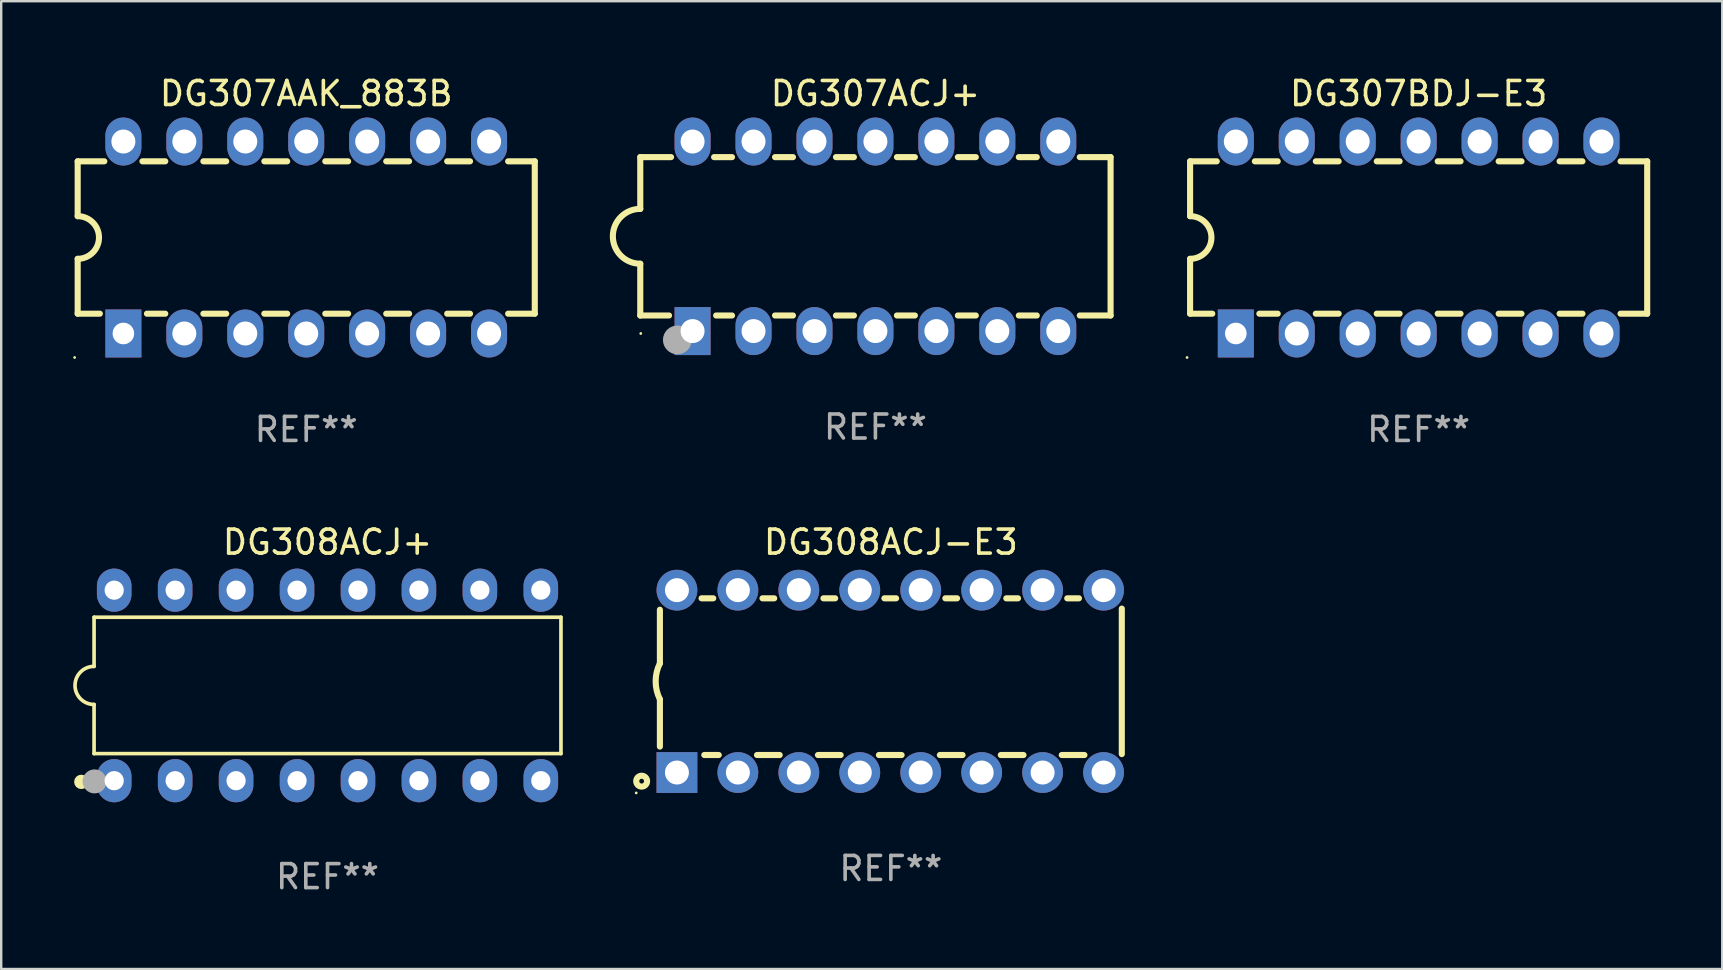
<source format=kicad_pcb>
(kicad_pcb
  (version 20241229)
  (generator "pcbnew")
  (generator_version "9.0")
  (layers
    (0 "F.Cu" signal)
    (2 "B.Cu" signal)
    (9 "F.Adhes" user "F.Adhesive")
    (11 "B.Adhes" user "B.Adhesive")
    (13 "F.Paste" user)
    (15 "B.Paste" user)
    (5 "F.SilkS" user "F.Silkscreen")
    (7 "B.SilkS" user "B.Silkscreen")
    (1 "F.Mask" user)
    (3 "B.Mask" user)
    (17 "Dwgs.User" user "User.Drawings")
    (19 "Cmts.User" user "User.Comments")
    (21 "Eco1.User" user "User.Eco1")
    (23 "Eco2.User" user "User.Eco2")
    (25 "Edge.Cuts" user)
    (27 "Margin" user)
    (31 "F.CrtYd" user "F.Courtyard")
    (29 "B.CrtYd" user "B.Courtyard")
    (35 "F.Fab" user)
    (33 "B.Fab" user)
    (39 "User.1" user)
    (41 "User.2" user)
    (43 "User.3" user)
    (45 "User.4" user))
  (footprint "DG307ACJ+"
    (layer "F.Cu")
    (at 33.433 6.798)
    (property "Reference" "DG307ACJ+" (at 0 -5.95 0) (layer "F.SilkS") (effects (font (size 1 1) (thickness 0.15))))
    (attr through_hole)
    (fp_line (start -9.8 -3.3) (end -9.8 -1.143) (stroke (width 0.254) (type solid)) (layer "F.SilkS"))
    (fp_line (start -9.8 -3.3) (end -8.516 -3.3) (stroke (width 0.254) (type solid)) (layer "F.SilkS"))
    (fp_line (start -9.8 3.3) (end -9.8 1.143) (stroke (width 0.254) (type solid)) (layer "F.SilkS"))
    (fp_line (start -8.601 3.3) (end -9.8 3.3) (stroke (width 0.254) (type solid)) (layer "F.SilkS"))
    (fp_line (start -6.724 -3.3) (end -5.976 -3.3) (stroke (width 0.254) (type solid)) (layer "F.SilkS"))
    (fp_line (start -5.976 3.3) (end -6.639 3.3) (stroke (width 0.254) (type solid)) (layer "F.SilkS"))
    (fp_line (start -4.184 -3.3) (end -3.436 -3.3) (stroke (width 0.254) (type solid)) (layer "F.SilkS"))
    (fp_line (start -3.436 3.3) (end -4.184 3.3) (stroke (width 0.254) (type solid)) (layer "F.SilkS"))
    (fp_line (start -1.644 -3.3) (end -0.896 -3.3) (stroke (width 0.254) (type solid)) (layer "F.SilkS"))
    (fp_line (start -0.896 3.3) (end -1.644 3.3) (stroke (width 0.254) (type solid)) (layer "F.SilkS"))
    (fp_line (start 0.896 -3.3) (end 1.644 -3.3) (stroke (width 0.254) (type solid)) (layer "F.SilkS"))
    (fp_line (start 1.644 3.3) (end 0.896 3.3) (stroke (width 0.254) (type solid)) (layer "F.SilkS"))
    (fp_line (start 3.436 -3.3) (end 4.184 -3.3) (stroke (width 0.254) (type solid)) (layer "F.SilkS"))
    (fp_line (start 4.184 3.3) (end 3.436 3.3) (stroke (width 0.254) (type solid)) (layer "F.SilkS"))
    (fp_line (start 5.976 -3.3) (end 6.724 -3.3) (stroke (width 0.254) (type solid)) (layer "F.SilkS"))
    (fp_line (start 6.724 3.3) (end 5.976 3.3) (stroke (width 0.254) (type solid)) (layer "F.SilkS"))
    (fp_line (start 8.516 -3.3) (end 9.8 -3.3) (stroke (width 0.254) (type solid)) (layer "F.SilkS"))
    (fp_line (start 9.8 -3.3) (end 9.8 3.3) (stroke (width 0.254) (type solid)) (layer "F.SilkS"))
    (fp_line (start 9.8 3.3) (end 8.516 3.3) (stroke (width 0.254) (type solid)) (layer "F.SilkS"))
    (fp_arc (start -9.800038 1.143002) (mid -10.942354 -0.000343) (end -9.799352 -1.143002) (stroke (width 0.254001) (type solid)) (layer "F.SilkS"))
    (fp_circle (center -9.779 4.051) (end -9.749 4.051) (stroke (width 0.06) (type solid)) (fill no) (layer "F.SilkS"))
    (fp_circle (center -8.255 4.318) (end -7.955 4.318) (stroke (width 0.6) (type solid)) (fill no) (layer "F.Fab"))
    (fp_text user "REF**" (at 0 7.95 0) (layer "F.Fab") (effects (font (size 1 1) (thickness 0.15))))
    (pad "1" thru_hole rect (at -7.62 3.95 90) (size 2 1.5) (drill 1) (layers "*.Cu" "*.Mask"))
    (pad "2" thru_hole oval (at -5.08 3.95 90) (size 2 1.5) (drill 1) (layers "*.Cu" "*.Mask"))
    (pad "3" thru_hole oval (at -2.54 3.95 90) (size 2 1.5) (drill 1) (layers "*.Cu" "*.Mask"))
    (pad "4" thru_hole oval (at -0.000013 3.95 90) (size 2 1.5) (drill 1) (layers "*.Cu" "*.Mask"))
    (pad "5" thru_hole oval (at 2.54 3.95 90) (size 2 1.5) (drill 1) (layers "*.Cu" "*.Mask"))
    (pad "6" thru_hole oval (at 5.08 3.95 90) (size 2 1.5) (drill 1) (layers "*.Cu" "*.Mask"))
    (pad "7" thru_hole oval (at 7.62 3.95 90) (size 2 1.5) (drill 1) (layers "*.Cu" "*.Mask"))
    (pad "8" thru_hole oval (at 7.62 -3.95 90) (size 2 1.5) (drill 1) (layers "*.Cu" "*.Mask"))
    (pad "9" thru_hole oval (at 5.08 -3.95 90) (size 2 1.5) (drill 1) (layers "*.Cu" "*.Mask"))
    (pad "10" thru_hole oval (at 2.54 -3.95 90) (size 2 1.5) (drill 1) (layers "*.Cu" "*.Mask"))
    (pad "11" thru_hole oval (at -0.000013 -3.95 90) (size 2 1.5) (drill 1) (layers "*.Cu" "*.Mask"))
    (pad "12" thru_hole oval (at -2.54 -3.95 90) (size 2 1.5) (drill 1) (layers "*.Cu" "*.Mask"))
    (pad "13" thru_hole oval (at -5.08 -3.95 90) (size 2 1.5) (drill 1) (layers "*.Cu" "*.Mask"))
    (pad "14" thru_hole oval (at -7.62 -3.95 90) (size 2 1.5) (drill 1) (layers "*.Cu" "*.Mask")))
  (footprint "DG308ACJ+"
    (layer "F.Cu")
    (at 10.599 25.515)
    (property "Reference" "DG308ACJ+" (at 0 -5.97 0) (layer "F.SilkS") (effects (font (size 1 1) (thickness 0.15))))
    (attr through_hole)
    (fp_line (start -9.729 -2.841) (end -9.729 -0.794) (stroke (width 0.152) (type solid)) (layer "F.SilkS"))
    (fp_line (start -9.729 0.794) (end -9.729 2.841) (stroke (width 0.152) (type solid)) (layer "F.SilkS"))
    (fp_line (start -9.729 2.841) (end 9.729 2.841) (stroke (width 0.152) (type solid)) (layer "F.SilkS"))
    (fp_line (start 9.729 -2.841) (end -9.729 -2.841) (stroke (width 0.152) (type solid)) (layer "F.SilkS"))
    (fp_line (start 9.729 2.841) (end 9.729 -2.841) (stroke (width 0.152) (type solid)) (layer "F.SilkS"))
    (fp_arc (start -9.7287 0.793749) (mid -10.522449 0) (end -9.7287 -0.793749) (stroke (width 0.1524) (type solid)) (layer "F.SilkS"))
    (fp_circle (center -10.26 4.02) (end -10.11 4.02) (stroke (width 0.3) (type solid)) (fill no) (layer "F.SilkS"))
    (fp_circle (center -9.653 4.23) (end -9.623 4.23) (stroke (width 0.06) (type solid)) (fill no) (layer "F.SilkS"))
    (fp_circle (center -9.71 4) (end -9.46 4) (stroke (width 0.5) (type solid)) (fill no) (layer "F.Fab"))
    (fp_text user "REF**" (at 0 7.97 0) (layer "F.Fab") (effects (font (size 1 1) (thickness 0.15))))
    (pad "1" thru_hole oval (at -8.89 3.97) (size 1.44 1.8) (drill 0.8) (layers "*.Cu" "*.Mask"))
    (pad "2" thru_hole oval (at -6.35 3.97) (size 1.44 1.8) (drill 0.8) (layers "*.Cu" "*.Mask"))
    (pad "3" thru_hole oval (at -3.81 3.97) (size 1.44 1.8) (drill 0.8) (layers "*.Cu" "*.Mask"))
    (pad "4" thru_hole oval (at -1.27 3.97) (size 1.44 1.8) (drill 0.8) (layers "*.Cu" "*.Mask"))
    (pad "5" thru_hole oval (at 1.27 3.97) (size 1.44 1.8) (drill 0.8) (layers "*.Cu" "*.Mask"))
    (pad "6" thru_hole oval (at 3.81 3.97) (size 1.44 1.8) (drill 0.8) (layers "*.Cu" "*.Mask"))
    (pad "7" thru_hole oval (at 6.35 3.97) (size 1.44 1.8) (drill 0.8) (layers "*.Cu" "*.Mask"))
    (pad "8" thru_hole oval (at 8.89 3.97) (size 1.44 1.8) (drill 0.8) (layers "*.Cu" "*.Mask"))
    (pad "9" thru_hole oval (at 8.89 -3.97) (size 1.44 1.8) (drill 0.8) (layers "*.Cu" "*.Mask"))
    (pad "10" thru_hole oval (at 6.35 -3.97) (size 1.44 1.8) (drill 0.8) (layers "*.Cu" "*.Mask"))
    (pad "11" thru_hole oval (at 3.81 -3.97) (size 1.44 1.8) (drill 0.8) (layers "*.Cu" "*.Mask"))
    (pad "12" thru_hole oval (at 1.27 -3.97) (size 1.44 1.8) (drill 0.8) (layers "*.Cu" "*.Mask"))
    (pad "13" thru_hole oval (at -1.27 -3.97) (size 1.44 1.8) (drill 0.8) (layers "*.Cu" "*.Mask"))
    (pad "14" thru_hole oval (at -3.81 -3.97) (size 1.44 1.8) (drill 0.8) (layers "*.Cu" "*.Mask"))
    (pad "15" thru_hole oval (at -6.35 -3.97) (size 1.44 1.8) (drill 0.8) (layers "*.Cu" "*.Mask"))
    (pad "16" thru_hole oval (at -8.89 -3.97) (size 1.44 1.8) (drill 0.8) (layers "*.Cu" "*.Mask")))
  (footprint "DG307AAK_883B"
    (layer "F.Cu")
    (at 9.712 6.848)
    (property "Reference" "DG307AAK_883B" (at 0 -6 0) (layer "F.SilkS") (effects (font (size 1 1) (thickness 0.15))))
    (attr through_hole)
    (fp_line (start -9.525 -3.175) (end -9.525 -0.889) (stroke (width 0.254) (type solid)) (layer "F.SilkS"))
    (fp_line (start -9.525 -3.175) (end -8.414 -3.175) (stroke (width 0.254) (type solid)) (layer "F.SilkS"))
    (fp_line (start -9.525 3.175) (end -9.525 0.889) (stroke (width 0.254) (type solid)) (layer "F.SilkS"))
    (fp_line (start -8.601 3.175) (end -9.525 3.175) (stroke (width 0.254) (type solid)) (layer "F.SilkS"))
    (fp_line (start -6.826 -3.175) (end -5.874 -3.175) (stroke (width 0.254) (type solid)) (layer "F.SilkS"))
    (fp_line (start -5.874 3.175) (end -6.639 3.175) (stroke (width 0.254) (type solid)) (layer "F.SilkS"))
    (fp_line (start -4.286 -3.175) (end -3.334 -3.175) (stroke (width 0.254) (type solid)) (layer "F.SilkS"))
    (fp_line (start -3.334 3.175) (end -4.286 3.175) (stroke (width 0.254) (type solid)) (layer "F.SilkS"))
    (fp_line (start -1.746 -3.175) (end -0.794 -3.175) (stroke (width 0.254) (type solid)) (layer "F.SilkS"))
    (fp_line (start -0.794 3.175) (end -1.746 3.175) (stroke (width 0.254) (type solid)) (layer "F.SilkS"))
    (fp_line (start 0.794 -3.175) (end 1.746 -3.175) (stroke (width 0.254) (type solid)) (layer "F.SilkS"))
    (fp_line (start 1.746 3.175) (end 0.794 3.175) (stroke (width 0.254) (type solid)) (layer "F.SilkS"))
    (fp_line (start 3.334 -3.175) (end 4.286 -3.175) (stroke (width 0.254) (type solid)) (layer "F.SilkS"))
    (fp_line (start 4.286 3.175) (end 3.334 3.175) (stroke (width 0.254) (type solid)) (layer "F.SilkS"))
    (fp_line (start 5.874 -3.175) (end 6.826 -3.175) (stroke (width 0.254) (type solid)) (layer "F.SilkS"))
    (fp_line (start 6.826 3.175) (end 5.874 3.175) (stroke (width 0.254) (type solid)) (layer "F.SilkS"))
    (fp_line (start 8.414 -3.175) (end 9.525 -3.175) (stroke (width 0.254) (type solid)) (layer "F.SilkS"))
    (fp_line (start 9.525 -3.175) (end 9.525 3.175) (stroke (width 0.254) (type solid)) (layer "F.SilkS"))
    (fp_line (start 9.525 3.175) (end 8.414 3.175) (stroke (width 0.254) (type solid)) (layer "F.SilkS"))
    (fp_arc (start -9.525019 -0.889002) (mid -8.636017 0) (end -9.525019 0.889002) (stroke (width 0.254001) (type solid)) (layer "F.SilkS"))
    (fp_circle (center -9.652 5) (end -9.622 5) (stroke (width 0.06) (type solid)) (fill no) (layer "F.SilkS"))
    (fp_text user "REF**" (at 0 8 0) (layer "F.Fab") (effects (font (size 1 1) (thickness 0.15))))
    (pad "1" thru_hole rect (at -7.62 4 90) (size 2 1.5) (drill 0.9) (layers "*.Cu" "*.Mask"))
    (pad "2" thru_hole oval (at -5.08 4 90) (size 2 1.5) (drill 1) (layers "*.Cu" "*.Mask"))
    (pad "3" thru_hole oval (at -2.54 4 90) (size 2 1.5) (drill 1) (layers "*.Cu" "*.Mask"))
    (pad "4" thru_hole oval (at 0 4 90) (size 2 1.5) (drill 1) (layers "*.Cu" "*.Mask"))
    (pad "5" thru_hole oval (at 2.54 4 90) (size 2 1.5) (drill 1) (layers "*.Cu" "*.Mask"))
    (pad "6" thru_hole oval (at 5.08 4 90) (size 2 1.5) (drill 1) (layers "*.Cu" "*.Mask"))
    (pad "7" thru_hole oval (at 7.62 4 90) (size 2 1.5) (drill 1) (layers "*.Cu" "*.Mask"))
    (pad "8" thru_hole oval (at 7.62 -4 90) (size 2 1.5) (drill 1) (layers "*.Cu" "*.Mask"))
    (pad "9" thru_hole oval (at 5.08 -4 90) (size 2 1.5) (drill 1) (layers "*.Cu" "*.Mask"))
    (pad "10" thru_hole oval (at 2.54 -4 90) (size 2 1.5) (drill 1) (layers "*.Cu" "*.Mask"))
    (pad "11" thru_hole oval (at 0 -4 90) (size 2 1.5) (drill 1) (layers "*.Cu" "*.Mask"))
    (pad "12" thru_hole oval (at -2.54 -4 90) (size 2 1.5) (drill 1) (layers "*.Cu" "*.Mask"))
    (pad "13" thru_hole oval (at -5.08 -4 90) (size 2 1.5) (drill 1) (layers "*.Cu" "*.Mask"))
    (pad "14" thru_hole oval (at -7.62 -4 90) (size 2 1.5) (drill 1) (layers "*.Cu" "*.Mask")))
  (footprint "DG307BDJ-E3"
    (layer "F.Cu")
    (at 56.072 6.848)
    (property "Reference" "DG307BDJ-E3" (at 0 -6 0) (layer "F.SilkS") (effects (font (size 1 1) (thickness 0.15))))
    (attr through_hole)
    (fp_line (start -9.525 -3.175) (end -9.525 -0.889) (stroke (width 0.254) (type solid)) (layer "F.SilkS"))
    (fp_line (start -9.525 -3.175) (end -8.414 -3.175) (stroke (width 0.254) (type solid)) (layer "F.SilkS"))
    (fp_line (start -9.525 3.175) (end -9.525 0.889) (stroke (width 0.254) (type solid)) (layer "F.SilkS"))
    (fp_line (start -8.601 3.175) (end -9.525 3.175) (stroke (width 0.254) (type solid)) (layer "F.SilkS"))
    (fp_line (start -6.826 -3.175) (end -5.874 -3.175) (stroke (width 0.254) (type solid)) (layer "F.SilkS"))
    (fp_line (start -5.874 3.175) (end -6.639 3.175) (stroke (width 0.254) (type solid)) (layer "F.SilkS"))
    (fp_line (start -4.286 -3.175) (end -3.334 -3.175) (stroke (width 0.254) (type solid)) (layer "F.SilkS"))
    (fp_line (start -3.334 3.175) (end -4.286 3.175) (stroke (width 0.254) (type solid)) (layer "F.SilkS"))
    (fp_line (start -1.746 -3.175) (end -0.794 -3.175) (stroke (width 0.254) (type solid)) (layer "F.SilkS"))
    (fp_line (start -0.794 3.175) (end -1.746 3.175) (stroke (width 0.254) (type solid)) (layer "F.SilkS"))
    (fp_line (start 0.794 -3.175) (end 1.746 -3.175) (stroke (width 0.254) (type solid)) (layer "F.SilkS"))
    (fp_line (start 1.746 3.175) (end 0.794 3.175) (stroke (width 0.254) (type solid)) (layer "F.SilkS"))
    (fp_line (start 3.334 -3.175) (end 4.286 -3.175) (stroke (width 0.254) (type solid)) (layer "F.SilkS"))
    (fp_line (start 4.286 3.175) (end 3.334 3.175) (stroke (width 0.254) (type solid)) (layer "F.SilkS"))
    (fp_line (start 5.874 -3.175) (end 6.826 -3.175) (stroke (width 0.254) (type solid)) (layer "F.SilkS"))
    (fp_line (start 6.826 3.175) (end 5.874 3.175) (stroke (width 0.254) (type solid)) (layer "F.SilkS"))
    (fp_line (start 8.414 -3.175) (end 9.525 -3.175) (stroke (width 0.254) (type solid)) (layer "F.SilkS"))
    (fp_line (start 9.525 -3.175) (end 9.525 3.175) (stroke (width 0.254) (type solid)) (layer "F.SilkS"))
    (fp_line (start 9.525 3.175) (end 8.414 3.175) (stroke (width 0.254) (type solid)) (layer "F.SilkS"))
    (fp_arc (start -9.525019 -0.889002) (mid -8.636017 0) (end -9.525019 0.889002) (stroke (width 0.254001) (type solid)) (layer "F.SilkS"))
    (fp_circle (center -9.652 5) (end -9.622 5) (stroke (width 0.06) (type solid)) (fill no) (layer "F.SilkS"))
    (fp_text user "REF**" (at 0 8 0) (layer "F.Fab") (effects (font (size 1 1) (thickness 0.15))))
    (pad "1" thru_hole rect (at -7.62 4 90) (size 2 1.5) (drill 0.9) (layers "*.Cu" "*.Mask"))
    (pad "2" thru_hole oval (at -5.08 4 90) (size 2 1.5) (drill 1) (layers "*.Cu" "*.Mask"))
    (pad "3" thru_hole oval (at -2.54 4 90) (size 2 1.5) (drill 1) (layers "*.Cu" "*.Mask"))
    (pad "4" thru_hole oval (at 0 4 90) (size 2 1.5) (drill 1) (layers "*.Cu" "*.Mask"))
    (pad "5" thru_hole oval (at 2.54 4 90) (size 2 1.5) (drill 1) (layers "*.Cu" "*.Mask"))
    (pad "6" thru_hole oval (at 5.08 4 90) (size 2 1.5) (drill 1) (layers "*.Cu" "*.Mask"))
    (pad "7" thru_hole oval (at 7.62 4 90) (size 2 1.5) (drill 1) (layers "*.Cu" "*.Mask"))
    (pad "8" thru_hole oval (at 7.62 -4 90) (size 2 1.5) (drill 1) (layers "*.Cu" "*.Mask"))
    (pad "9" thru_hole oval (at 5.08 -4 90) (size 2 1.5) (drill 1) (layers "*.Cu" "*.Mask"))
    (pad "10" thru_hole oval (at 2.54 -4 90) (size 2 1.5) (drill 1) (layers "*.Cu" "*.Mask"))
    (pad "11" thru_hole oval (at 0 -4 90) (size 2 1.5) (drill 1) (layers "*.Cu" "*.Mask"))
    (pad "12" thru_hole oval (at -2.54 -4 90) (size 2 1.5) (drill 1) (layers "*.Cu" "*.Mask"))
    (pad "13" thru_hole oval (at -5.08 -4 90) (size 2 1.5) (drill 1) (layers "*.Cu" "*.Mask"))
    (pad "14" thru_hole oval (at -7.62 -4 90) (size 2 1.5) (drill 1) (layers "*.Cu" "*.Mask")))
  (footprint "DG308ACJ-E3"
    (layer "F.Cu")
    (at 34.076 25.345)
    (property "Reference" "DG308ACJ-E3" (at 0 -5.8 0) (layer "F.SilkS") (effects (font (size 1 1) (thickness 0.15))))
    (attr through_hole)
    (fp_line (start -9.625 -0.75) (end -9.625 -2.985) (stroke (width 0.254) (type solid)) (layer "F.SilkS"))
    (fp_line (start -9.625 0.749) (end -9.625 2.719) (stroke (width 0.254) (type solid)) (layer "F.SilkS"))
    (fp_line (start -7.889 -3.46) (end -7.401 -3.46) (stroke (width 0.254) (type solid)) (layer "F.SilkS"))
    (fp_line (start -7.775 3.07) (end -7.172 3.07) (stroke (width 0.254) (type solid)) (layer "F.SilkS"))
    (fp_line (start -5.578 3.07) (end -4.632 3.07) (stroke (width 0.254) (type solid)) (layer "F.SilkS"))
    (fp_line (start -5.349 -3.46) (end -4.861 -3.46) (stroke (width 0.254) (type solid)) (layer "F.SilkS"))
    (fp_line (start -3.038 3.07) (end -2.092 3.07) (stroke (width 0.254) (type solid)) (layer "F.SilkS"))
    (fp_line (start -2.809 -3.46) (end -2.321 -3.46) (stroke (width 0.254) (type solid)) (layer "F.SilkS"))
    (fp_line (start -0.498 3.07) (end 0.448 3.07) (stroke (width 0.254) (type solid)) (layer "F.SilkS"))
    (fp_line (start -0.269 -3.46) (end 0.219 -3.46) (stroke (width 0.254) (type solid)) (layer "F.SilkS"))
    (fp_line (start 2.042 3.07) (end 2.988 3.07) (stroke (width 0.254) (type solid)) (layer "F.SilkS"))
    (fp_line (start 2.271 -3.46) (end 2.759 -3.46) (stroke (width 0.254) (type solid)) (layer "F.SilkS"))
    (fp_line (start 4.582 3.07) (end 5.528 3.07) (stroke (width 0.254) (type solid)) (layer "F.SilkS"))
    (fp_line (start 4.811 -3.46) (end 5.299 -3.46) (stroke (width 0.254) (type solid)) (layer "F.SilkS"))
    (fp_line (start 7.122 3.07) (end 8.068 3.07) (stroke (width 0.254) (type solid)) (layer "F.SilkS"))
    (fp_line (start 7.351 -3.46) (end 7.839 -3.46) (stroke (width 0.254) (type solid)) (layer "F.SilkS"))
    (fp_line (start 9.625 3.032) (end 9.625 -3.032) (stroke (width 0.254) (type solid)) (layer "F.SilkS"))
    (fp_arc (start -9.62498 0.748819) (mid -9.801899 -0.000581) (end -9.625006 -0.749987) (stroke (width 0.254001) (type solid)) (layer "F.SilkS"))
    (fp_circle (center -10.612 4.65) (end -10.582 4.65) (stroke (width 0.06) (type solid)) (fill no) (layer "F.SilkS"))
    (fp_circle (center -10.385 4.16) (end -10.285 4.16) (stroke (width 0.254) (type solid)) (fill no) (layer "F.SilkS"))
    (fp_text user "REF**" (at 0 7.8 0) (layer "F.Fab") (effects (font (size 1 1) (thickness 0.15))))
    (pad "1" thru_hole rect (at -8.915 3.8 90) (size 1.7 1.7) (drill 1) (layers "*.Cu" "*.Mask"))
    (pad "2" thru_hole circle (at -6.375 3.8) (size 1.7 1.7) (drill 1) (layers "*.Cu" "*.Mask"))
    (pad "3" thru_hole circle (at -3.835 3.8) (size 1.7 1.7) (drill 1) (layers "*.Cu" "*.Mask"))
    (pad "4" thru_hole circle (at -1.295 3.8) (size 1.7 1.7) (drill 1) (layers "*.Cu" "*.Mask"))
    (pad "5" thru_hole circle (at 1.245 3.8) (size 1.7 1.7) (drill 1) (layers "*.Cu" "*.Mask"))
    (pad "6" thru_hole circle (at 3.785 3.8) (size 1.7 1.7) (drill 1) (layers "*.Cu" "*.Mask"))
    (pad "7" thru_hole circle (at 6.325 3.8) (size 1.7 1.7) (drill 1) (layers "*.Cu" "*.Mask"))
    (pad "8" thru_hole circle (at 8.865 3.8) (size 1.7 1.7) (drill 1) (layers "*.Cu" "*.Mask"))
    (pad "9" thru_hole circle (at 8.865 -3.8) (size 1.7 1.7) (drill 1) (layers "*.Cu" "*.Mask"))
    (pad "10" thru_hole circle (at 6.325 -3.8) (size 1.7 1.7) (drill 1) (layers "*.Cu" "*.Mask"))
    (pad "11" thru_hole circle (at 3.785 -3.8) (size 1.7 1.7) (drill 1) (layers "*.Cu" "*.Mask"))
    (pad "12" thru_hole circle (at 1.245 -3.8) (size 1.7 1.7) (drill 1) (layers "*.Cu" "*.Mask"))
    (pad "13" thru_hole circle (at -1.295 -3.8) (size 1.7 1.7) (drill 1) (layers "*.Cu" "*.Mask"))
    (pad "14" thru_hole circle (at -3.835 -3.8) (size 1.7 1.7) (drill 1) (layers "*.Cu" "*.Mask"))
    (pad "15" thru_hole circle (at -6.375 -3.8) (size 1.7 1.7) (drill 1) (layers "*.Cu" "*.Mask"))
    (pad "16" thru_hole circle (at -8.915 -3.8) (size 1.7 1.7) (drill 1) (layers "*.Cu" "*.Mask")))
  (gr_rect
    (start -3 -3)
    (end 68.724 37.333)
    (stroke (width 0.1) (type default))
    (fill no)
    (layer "Edge.Cuts")))
</source>
